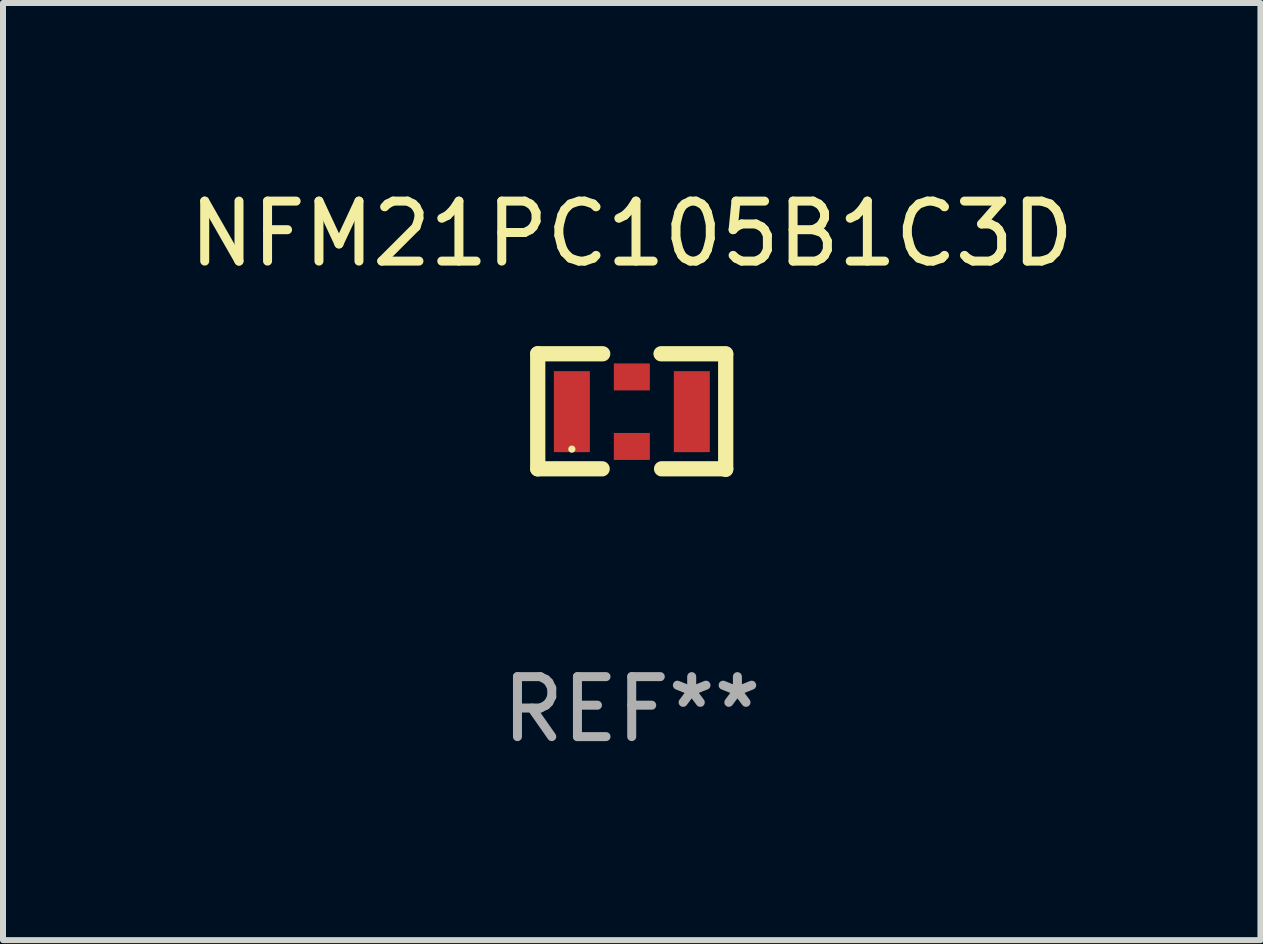
<source format=kicad_pcb>
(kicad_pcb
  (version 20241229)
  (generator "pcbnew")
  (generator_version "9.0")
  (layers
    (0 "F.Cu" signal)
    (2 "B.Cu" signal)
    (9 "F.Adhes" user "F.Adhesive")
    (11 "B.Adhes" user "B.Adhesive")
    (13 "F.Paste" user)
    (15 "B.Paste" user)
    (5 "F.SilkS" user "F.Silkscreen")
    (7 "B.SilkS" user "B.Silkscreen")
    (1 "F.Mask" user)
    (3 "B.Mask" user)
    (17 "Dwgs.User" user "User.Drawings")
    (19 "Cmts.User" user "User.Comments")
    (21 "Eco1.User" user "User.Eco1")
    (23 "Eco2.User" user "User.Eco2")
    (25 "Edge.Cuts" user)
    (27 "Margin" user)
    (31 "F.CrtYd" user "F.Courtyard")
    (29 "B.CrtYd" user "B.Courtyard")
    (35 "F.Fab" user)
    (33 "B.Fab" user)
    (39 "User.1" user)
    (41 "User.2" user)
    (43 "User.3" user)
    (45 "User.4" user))
  (footprint "NFM21PC105B1C3D"
    (layer "F.Cu")
    (at 7.482 3.812)
    (property "Reference" "NFM21PC105B1C3D" (at 0 -2.964 0) (layer "F.SilkS") (effects (font (size 1 1) (thickness 0.15))))
    (attr through_hole)
    (fp_line (start -1.567 -0.964) (end -0.484 -0.964) (stroke (width 0.254) (type solid)) (layer "F.SilkS"))
    (fp_line (start -1.567 0.954) (end -1.567 -0.964) (stroke (width 0.254) (type solid)) (layer "F.SilkS"))
    (fp_line (start -1.567 0.954) (end -0.493 0.954) (stroke (width 0.254) (type solid)) (layer "F.SilkS"))
    (fp_line (start 0.489 -0.964) (end 1.567 -0.964) (stroke (width 0.254) (type solid)) (layer "F.SilkS"))
    (fp_line (start 0.498 0.954) (end 1.567 0.954) (stroke (width 0.254) (type solid)) (layer "F.SilkS"))
    (fp_line (start 1.567 -0.955) (end 1.567 0.964) (stroke (width 0.254) (type solid)) (layer "F.SilkS"))
    (fp_circle (center -0.998 0.626) (end -0.968 0.626) (stroke (width 0.06) (type solid)) (fill no) (layer "F.SilkS"))
    (fp_text user "REF**" (at 0 4.964 0) (layer "F.Fab") (effects (font (size 1 1) (thickness 0.15))))
    (pad "1" smd rect (at -0.998 0.001) (size 0.6 1.35) (layers "F.Cu" "F.Mask" "F.Paste"))
    (pad "2" smd rect (at 0.002 -0.578) (size 0.6 0.45) (layers "F.Cu" "F.Mask" "F.Paste"))
    (pad "2" smd rect (at 0.002 0.581) (size 0.6 0.45) (layers "F.Cu" "F.Mask" "F.Paste"))
    (pad "3" smd rect (at 1.002 0.001) (size 0.6 1.35) (layers "F.Cu" "F.Mask" "F.Paste")))
  (gr_rect
    (start -3 -3)
    (end 17.964 12.624)
    (stroke (width 0.1) (type default))
    (fill no)
    (layer "Edge.Cuts")))
</source>
